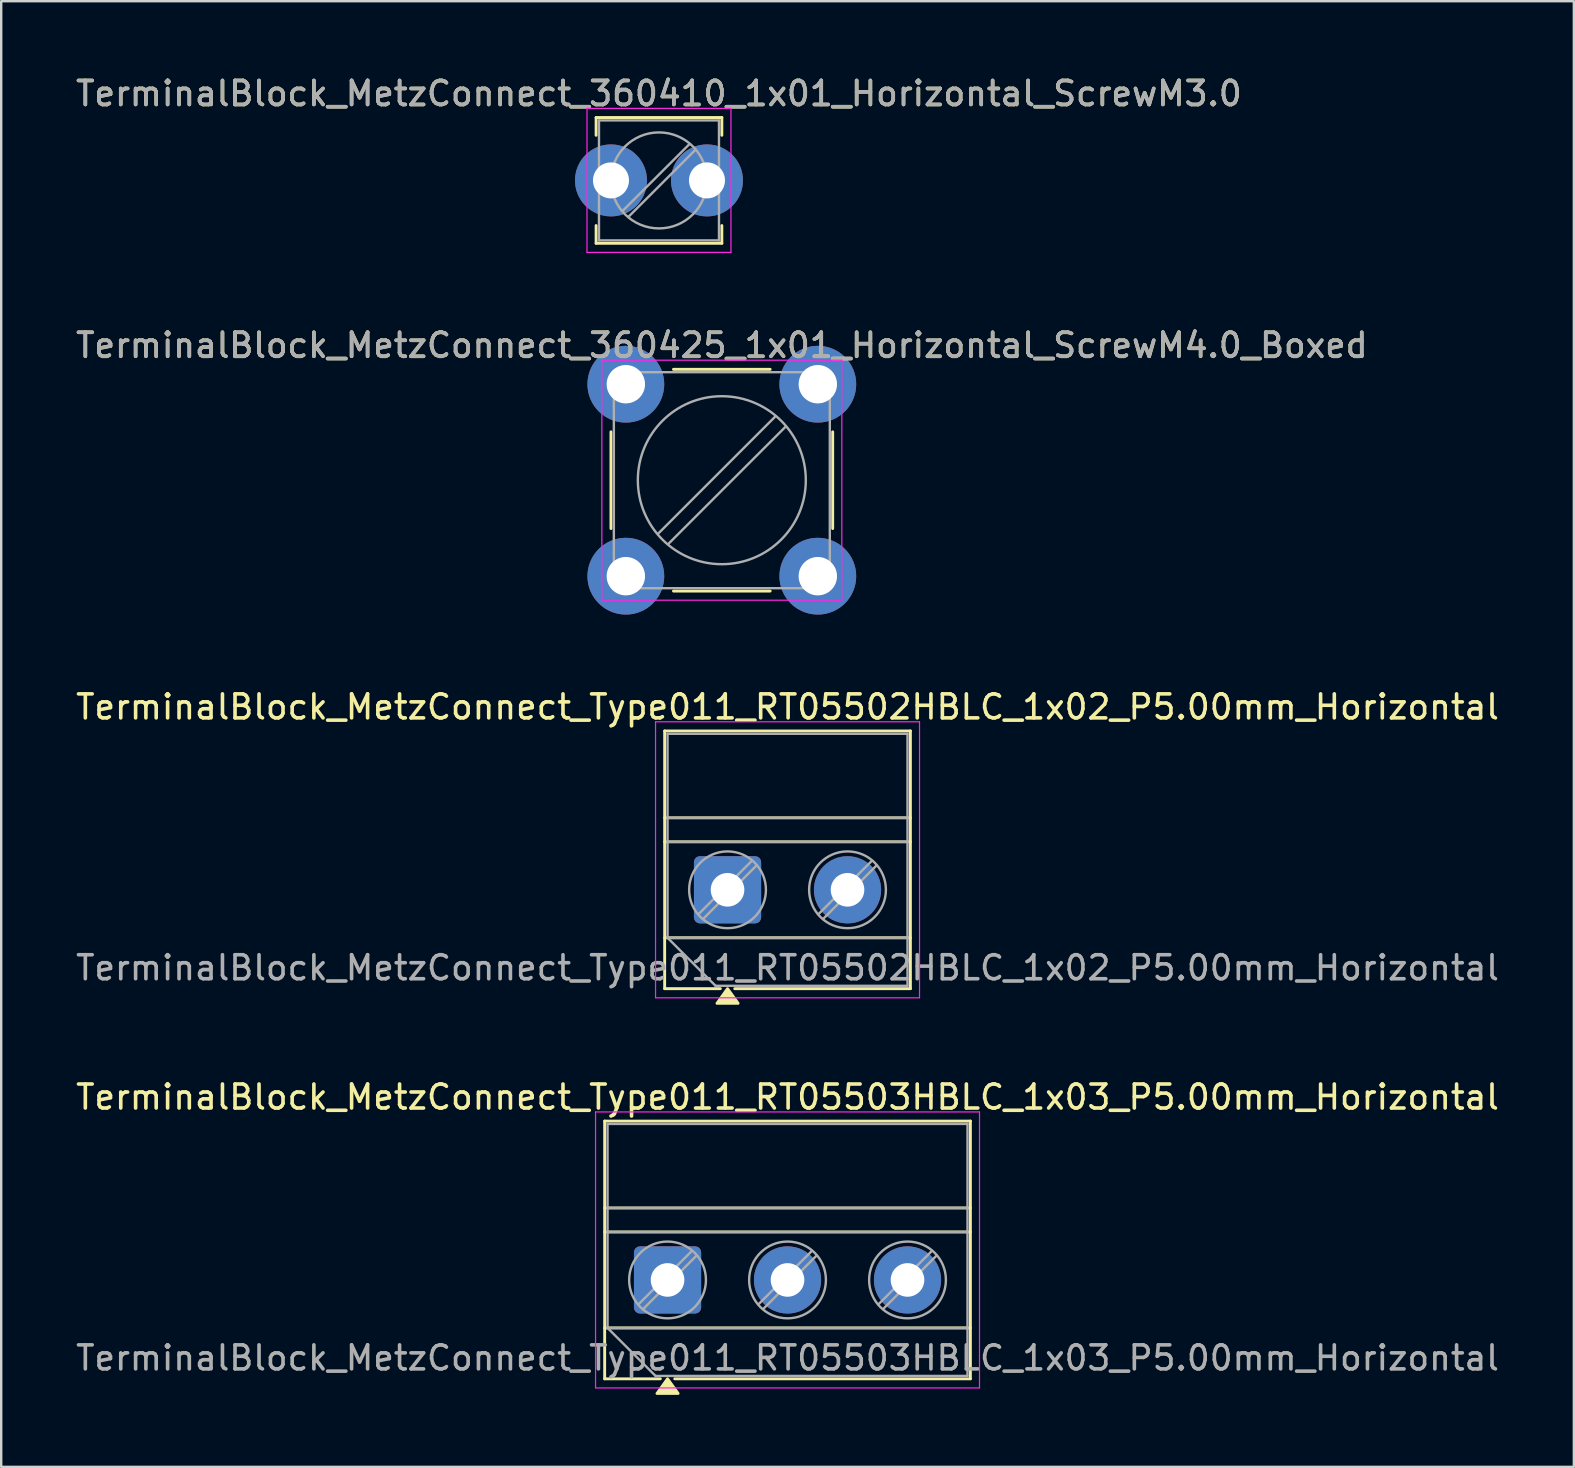
<source format=kicad_pcb>
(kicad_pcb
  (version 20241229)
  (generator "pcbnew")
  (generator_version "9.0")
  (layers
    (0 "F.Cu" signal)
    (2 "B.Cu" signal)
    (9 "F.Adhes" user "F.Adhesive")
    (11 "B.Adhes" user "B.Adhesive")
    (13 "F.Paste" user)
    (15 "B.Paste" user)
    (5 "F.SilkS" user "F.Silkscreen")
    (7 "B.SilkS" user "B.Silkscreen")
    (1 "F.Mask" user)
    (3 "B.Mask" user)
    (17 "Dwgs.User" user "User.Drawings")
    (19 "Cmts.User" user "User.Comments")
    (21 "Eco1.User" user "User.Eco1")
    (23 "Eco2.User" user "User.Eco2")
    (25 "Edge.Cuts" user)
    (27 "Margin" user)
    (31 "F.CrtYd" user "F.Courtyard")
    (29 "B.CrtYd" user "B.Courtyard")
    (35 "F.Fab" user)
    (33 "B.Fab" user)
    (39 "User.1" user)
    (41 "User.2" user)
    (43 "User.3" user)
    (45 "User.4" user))
  (footprint "TerminalBlock_MetzConnect_Type011_RT05503HBLC_1x03_P5.00mm_Horizontal"
    (layer "F.Cu")
    (at 24.768 50.288)
    (property "Reference" "TerminalBlock_MetzConnect_Type011_RT05503HBLC_1x03_P5.00mm_Horizontal" (at 5 -7.62 0) (layer "F.SilkS") (effects (font (size 1 1) (thickness 0.15))))
    (attr through_hole)
    (fp_line (start -2.62 -6.62) (end -2.62 4.12) (stroke (width 0.12) (type solid)) (layer "F.SilkS"))
    (fp_line (start -2.62 -6.62) (end 12.62 -6.62) (stroke (width 0.12) (type solid)) (layer "F.SilkS"))
    (fp_line (start -2.62 -3) (end 12.62 -3) (stroke (width 0.12) (type solid)) (layer "F.SilkS"))
    (fp_line (start -2.62 -2) (end 12.62 -2) (stroke (width 0.12) (type solid)) (layer "F.SilkS"))
    (fp_line (start -2.62 2) (end 12.62 2) (stroke (width 0.12) (type solid)) (layer "F.SilkS"))
    (fp_line (start -2.62 4.12) (end -0.3 4.12) (stroke (width 0.12) (type solid)) (layer "F.SilkS"))
    (fp_line (start 0.3 4.12) (end 12.62 4.12) (stroke (width 0.12) (type solid)) (layer "F.SilkS"))
    (fp_line (start 12.62 -6.62) (end 12.62 4.12) (stroke (width 0.12) (type solid)) (layer "F.SilkS"))
    (fp_poly (pts (xy 0 4.12) (xy 0.44 4.73) (xy -0.44 4.73)) (stroke (width 0.12) (type solid)) (fill yes) (layer "F.SilkS"))
    (fp_line (start -3 -7) (end -3 4.5) (stroke (width 0.05) (type solid)) (layer "F.CrtYd"))
    (fp_line (start -3 4.5) (end 13 4.5) (stroke (width 0.05) (type solid)) (layer "F.CrtYd"))
    (fp_line (start 13 -7) (end -3 -7) (stroke (width 0.05) (type solid)) (layer "F.CrtYd"))
    (fp_line (start 13 4.5) (end 13 -7) (stroke (width 0.05) (type solid)) (layer "F.CrtYd"))
    (fp_line (start -2.5 -6.5) (end 12.5 -6.5) (stroke (width 0.1) (type solid)) (layer "F.Fab"))
    (fp_line (start -2.5 -3) (end 12.5 -3) (stroke (width 0.1) (type solid)) (layer "F.Fab"))
    (fp_line (start -2.5 -2) (end 12.5 -2) (stroke (width 0.1) (type solid)) (layer "F.Fab"))
    (fp_line (start -2.5 2) (end -2.5 -6.5) (stroke (width 0.1) (type solid)) (layer "F.Fab"))
    (fp_line (start -2.5 2) (end 12.5 2) (stroke (width 0.1) (type solid)) (layer "F.Fab"))
    (fp_line (start -0.5 4) (end -2.5 2) (stroke (width 0.1) (type solid)) (layer "F.Fab"))
    (fp_line (start 1.018 -1.213) (end -1.213 1.018) (stroke (width 0.1) (type solid)) (layer "F.Fab"))
    (fp_line (start 1.213 -1.018) (end -1.018 1.213) (stroke (width 0.1) (type solid)) (layer "F.Fab"))
    (fp_line (start 6.018 -1.213) (end 3.787 1.018) (stroke (width 0.1) (type solid)) (layer "F.Fab"))
    (fp_line (start 6.213 -1.018) (end 3.982 1.213) (stroke (width 0.1) (type solid)) (layer "F.Fab"))
    (fp_line (start 11.018 -1.213) (end 8.787 1.018) (stroke (width 0.1) (type solid)) (layer "F.Fab"))
    (fp_line (start 11.213 -1.018) (end 8.982 1.213) (stroke (width 0.1) (type solid)) (layer "F.Fab"))
    (fp_line (start 12.5 -6.5) (end 12.5 4) (stroke (width 0.1) (type solid)) (layer "F.Fab"))
    (fp_line (start 12.5 4) (end -0.5 4) (stroke (width 0.1) (type solid)) (layer "F.Fab"))
    (fp_circle (center 0 0) (end 1.6 0) (stroke (width 0.1) (type solid)) (fill no) (layer "F.Fab"))
    (fp_circle (center 5 0) (end 6.6 0) (stroke (width 0.1) (type solid)) (fill no) (layer "F.Fab"))
    (fp_circle (center 10 0) (end 11.6 0) (stroke (width 0.1) (type solid)) (fill no) (layer "F.Fab"))
    (fp_text user "${REFERENCE}" (at 5 3.25 0) (layer "F.Fab") (effects (font (size 1 1) (thickness 0.15))))
    (pad "1" thru_hole roundrect (at 0 0) (size 2.8 2.8) (drill 1.4) (layers "*.Cu" "*.Mask") (roundrect_rratio 0.089))
    (pad "2" thru_hole circle (at 5 0) (size 2.8 2.8) (drill 1.4) (layers "*.Cu" "*.Mask"))
    (pad "3" thru_hole circle (at 10 0) (size 2.8 2.8) (drill 1.4) (layers "*.Cu" "*.Mask")))
  (footprint "TerminalBlock_MetzConnect_360425_1x01_Horizontal_ScrewM4.0_Boxed"
    (layer "F.Cu")
    (at 23.03 12.961)
    (property "Reference" "TerminalBlock_MetzConnect_360425_1x01_Horizontal_ScrewM4.0_Boxed" (at 4 -1.62 0) (layer "F.SilkS") (effects (font (size 1 1) (thickness 0.15))))
    (attr through_hole)
    (fp_line (start -0.62 1.985) (end -0.62 6.015) (stroke (width 0.12) (type solid)) (layer "F.SilkS"))
    (fp_line (start 1.985 -0.62) (end 6.015 -0.62) (stroke (width 0.12) (type solid)) (layer "F.SilkS"))
    (fp_line (start 1.985 8.62) (end 6.015 8.62) (stroke (width 0.12) (type solid)) (layer "F.SilkS"))
    (fp_line (start 8.62 1.985) (end 8.62 6.015) (stroke (width 0.12) (type solid)) (layer "F.SilkS"))
    (fp_line (start -1 -1) (end -1 9) (stroke (width 0.05) (type solid)) (layer "F.CrtYd"))
    (fp_line (start -1 9) (end 9 9) (stroke (width 0.05) (type solid)) (layer "F.CrtYd"))
    (fp_line (start 9 -1) (end -1 -1) (stroke (width 0.05) (type solid)) (layer "F.CrtYd"))
    (fp_line (start 9 9) (end 9 -1) (stroke (width 0.05) (type solid)) (layer "F.CrtYd"))
    (fp_line (start -0.5 -0.5) (end -0.5 8.5) (stroke (width 0.1) (type solid)) (layer "F.Fab"))
    (fp_line (start -0.5 -0.5) (end 8.5 -0.5) (stroke (width 0.1) (type solid)) (layer "F.Fab"))
    (fp_line (start -0.5 8.5) (end 8.5 8.5) (stroke (width 0.1) (type solid)) (layer "F.Fab"))
    (fp_line (start 6.227 1.346) (end 1.346 6.227) (stroke (width 0.1) (type solid)) (layer "F.Fab"))
    (fp_line (start 6.654 1.773) (end 1.773 6.654) (stroke (width 0.1) (type solid)) (layer "F.Fab"))
    (fp_line (start 8.5 -0.5) (end 8.5 8.5) (stroke (width 0.1) (type solid)) (layer "F.Fab"))
    (fp_circle (center 4 4) (end 7.5 4) (stroke (width 0.1) (type solid)) (fill no) (layer "F.Fab"))
    (fp_text user "${REFERENCE}" (at 4 -1.62 0) (layer "F.Fab") (effects (font (size 1 1) (thickness 0.15))))
    (pad "1" thru_hole circle (at 0 0) (size 3.2 3.2) (drill 1.6) (layers "*.Cu" "*.Mask"))
    (pad "1" thru_hole circle (at 0 8) (size 3.2 3.2) (drill 1.6) (layers "*.Cu" "*.Mask"))
    (pad "1" thru_hole circle (at 8 0) (size 3.2 3.2) (drill 1.6) (layers "*.Cu" "*.Mask"))
    (pad "1" thru_hole circle (at 8 8) (size 3.2 3.2) (drill 1.6) (layers "*.Cu" "*.Mask")))
  (footprint "TerminalBlock_MetzConnect_360410_1x01_Horizontal_ScrewM3.0"
    (layer "F.Cu")
    (at 22.411 4.468)
    (property "Reference" "TerminalBlock_MetzConnect_360410_1x01_Horizontal_ScrewM3.0" (at 2 -3.62 0) (layer "F.SilkS") (effects (font (size 1 1) (thickness 0.15))))
    (attr through_hole)
    (fp_line (start -0.62 -2.62) (end -0.62 -1.88) (stroke (width 0.12) (type solid)) (layer "F.SilkS"))
    (fp_line (start -0.62 -2.62) (end 4.62 -2.62) (stroke (width 0.12) (type solid)) (layer "F.SilkS"))
    (fp_line (start -0.62 1.88) (end -0.62 2.62) (stroke (width 0.12) (type solid)) (layer "F.SilkS"))
    (fp_line (start -0.62 2.62) (end 4.62 2.62) (stroke (width 0.12) (type solid)) (layer "F.SilkS"))
    (fp_line (start 4.62 -2.62) (end 4.62 -1.88) (stroke (width 0.12) (type solid)) (layer "F.SilkS"))
    (fp_line (start 4.62 1.88) (end 4.62 2.62) (stroke (width 0.12) (type solid)) (layer "F.SilkS"))
    (fp_line (start -1 -3) (end -1 3) (stroke (width 0.05) (type solid)) (layer "F.CrtYd"))
    (fp_line (start -1 3) (end 5 3) (stroke (width 0.05) (type solid)) (layer "F.CrtYd"))
    (fp_line (start 5 -3) (end -1 -3) (stroke (width 0.05) (type solid)) (layer "F.CrtYd"))
    (fp_line (start 5 3) (end 5 -3) (stroke (width 0.05) (type solid)) (layer "F.CrtYd"))
    (fp_line (start -0.5 -2.5) (end -0.5 2.5) (stroke (width 0.1) (type solid)) (layer "F.Fab"))
    (fp_line (start -0.5 -2.5) (end 4.5 -2.5) (stroke (width 0.1) (type solid)) (layer "F.Fab"))
    (fp_line (start -0.5 2.5) (end 4.5 2.5) (stroke (width 0.1) (type solid)) (layer "F.Fab"))
    (fp_line (start 3.273 -1.517) (end 0.483 1.273) (stroke (width 0.1) (type solid)) (layer "F.Fab"))
    (fp_line (start 3.517 -1.273) (end 0.727 1.517) (stroke (width 0.1) (type solid)) (layer "F.Fab"))
    (fp_line (start 4.5 -2.5) (end 4.5 2.5) (stroke (width 0.1) (type solid)) (layer "F.Fab"))
    (fp_circle (center 2 0) (end 4 0) (stroke (width 0.1) (type solid)) (fill no) (layer "F.Fab"))
    (fp_text user "${REFERENCE}" (at 2 -3.62 0) (layer "F.Fab") (effects (font (size 1 1) (thickness 0.15))))
    (pad "1" thru_hole circle (at 0 0) (size 3 3) (drill 1.5) (layers "*.Cu" "*.Mask"))
    (pad "1" thru_hole circle (at 4 0) (size 3 3) (drill 1.5) (layers "*.Cu" "*.Mask")))
  (footprint "TerminalBlock_MetzConnect_Type011_RT05502HBLC_1x02_P5.00mm_Horizontal"
    (layer "F.Cu")
    (at 27.268 34.03)
    (property "Reference" "TerminalBlock_MetzConnect_Type011_RT05502HBLC_1x02_P5.00mm_Horizontal" (at 2.5 -7.62 0) (layer "F.SilkS") (effects (font (size 1 1) (thickness 0.15))))
    (attr through_hole)
    (fp_line (start -2.62 -6.62) (end -2.62 4.12) (stroke (width 0.12) (type solid)) (layer "F.SilkS"))
    (fp_line (start -2.62 -6.62) (end 7.62 -6.62) (stroke (width 0.12) (type solid)) (layer "F.SilkS"))
    (fp_line (start -2.62 -3) (end 7.62 -3) (stroke (width 0.12) (type solid)) (layer "F.SilkS"))
    (fp_line (start -2.62 -2) (end 7.62 -2) (stroke (width 0.12) (type solid)) (layer "F.SilkS"))
    (fp_line (start -2.62 2) (end 7.62 2) (stroke (width 0.12) (type solid)) (layer "F.SilkS"))
    (fp_line (start -2.62 4.12) (end -0.3 4.12) (stroke (width 0.12) (type solid)) (layer "F.SilkS"))
    (fp_line (start 0.3 4.12) (end 7.62 4.12) (stroke (width 0.12) (type solid)) (layer "F.SilkS"))
    (fp_line (start 7.62 -6.62) (end 7.62 4.12) (stroke (width 0.12) (type solid)) (layer "F.SilkS"))
    (fp_poly (pts (xy 0 4.12) (xy 0.44 4.73) (xy -0.44 4.73)) (stroke (width 0.12) (type solid)) (fill yes) (layer "F.SilkS"))
    (fp_line (start -3 -7) (end -3 4.5) (stroke (width 0.05) (type solid)) (layer "F.CrtYd"))
    (fp_line (start -3 4.5) (end 8 4.5) (stroke (width 0.05) (type solid)) (layer "F.CrtYd"))
    (fp_line (start 8 -7) (end -3 -7) (stroke (width 0.05) (type solid)) (layer "F.CrtYd"))
    (fp_line (start 8 4.5) (end 8 -7) (stroke (width 0.05) (type solid)) (layer "F.CrtYd"))
    (fp_line (start -2.5 -6.5) (end 7.5 -6.5) (stroke (width 0.1) (type solid)) (layer "F.Fab"))
    (fp_line (start -2.5 -3) (end 7.5 -3) (stroke (width 0.1) (type solid)) (layer "F.Fab"))
    (fp_line (start -2.5 -2) (end 7.5 -2) (stroke (width 0.1) (type solid)) (layer "F.Fab"))
    (fp_line (start -2.5 2) (end -2.5 -6.5) (stroke (width 0.1) (type solid)) (layer "F.Fab"))
    (fp_line (start -2.5 2) (end 7.5 2) (stroke (width 0.1) (type solid)) (layer "F.Fab"))
    (fp_line (start -0.5 4) (end -2.5 2) (stroke (width 0.1) (type solid)) (layer "F.Fab"))
    (fp_line (start 1.018 -1.213) (end -1.213 1.018) (stroke (width 0.1) (type solid)) (layer "F.Fab"))
    (fp_line (start 1.213 -1.018) (end -1.018 1.213) (stroke (width 0.1) (type solid)) (layer "F.Fab"))
    (fp_line (start 6.018 -1.213) (end 3.787 1.018) (stroke (width 0.1) (type solid)) (layer "F.Fab"))
    (fp_line (start 6.213 -1.018) (end 3.982 1.213) (stroke (width 0.1) (type solid)) (layer "F.Fab"))
    (fp_line (start 7.5 -6.5) (end 7.5 4) (stroke (width 0.1) (type solid)) (layer "F.Fab"))
    (fp_line (start 7.5 4) (end -0.5 4) (stroke (width 0.1) (type solid)) (layer "F.Fab"))
    (fp_circle (center 0 0) (end 1.6 0) (stroke (width 0.1) (type solid)) (fill no) (layer "F.Fab"))
    (fp_circle (center 5 0) (end 6.6 0) (stroke (width 0.1) (type solid)) (fill no) (layer "F.Fab"))
    (fp_text user "${REFERENCE}" (at 2.5 3.25 0) (layer "F.Fab") (effects (font (size 1 1) (thickness 0.15))))
    (pad "1" thru_hole roundrect (at 0 0) (size 2.8 2.8) (drill 1.4) (layers "*.Cu" "*.Mask") (roundrect_rratio 0.089))
    (pad "2" thru_hole circle (at 5 0) (size 2.8 2.8) (drill 1.4) (layers "*.Cu" "*.Mask")))
  (gr_rect
    (start -3 -3)
    (end 62.536 58.078)
    (stroke (width 0.1) (type default))
    (fill no)
    (layer "Edge.Cuts")))
</source>
